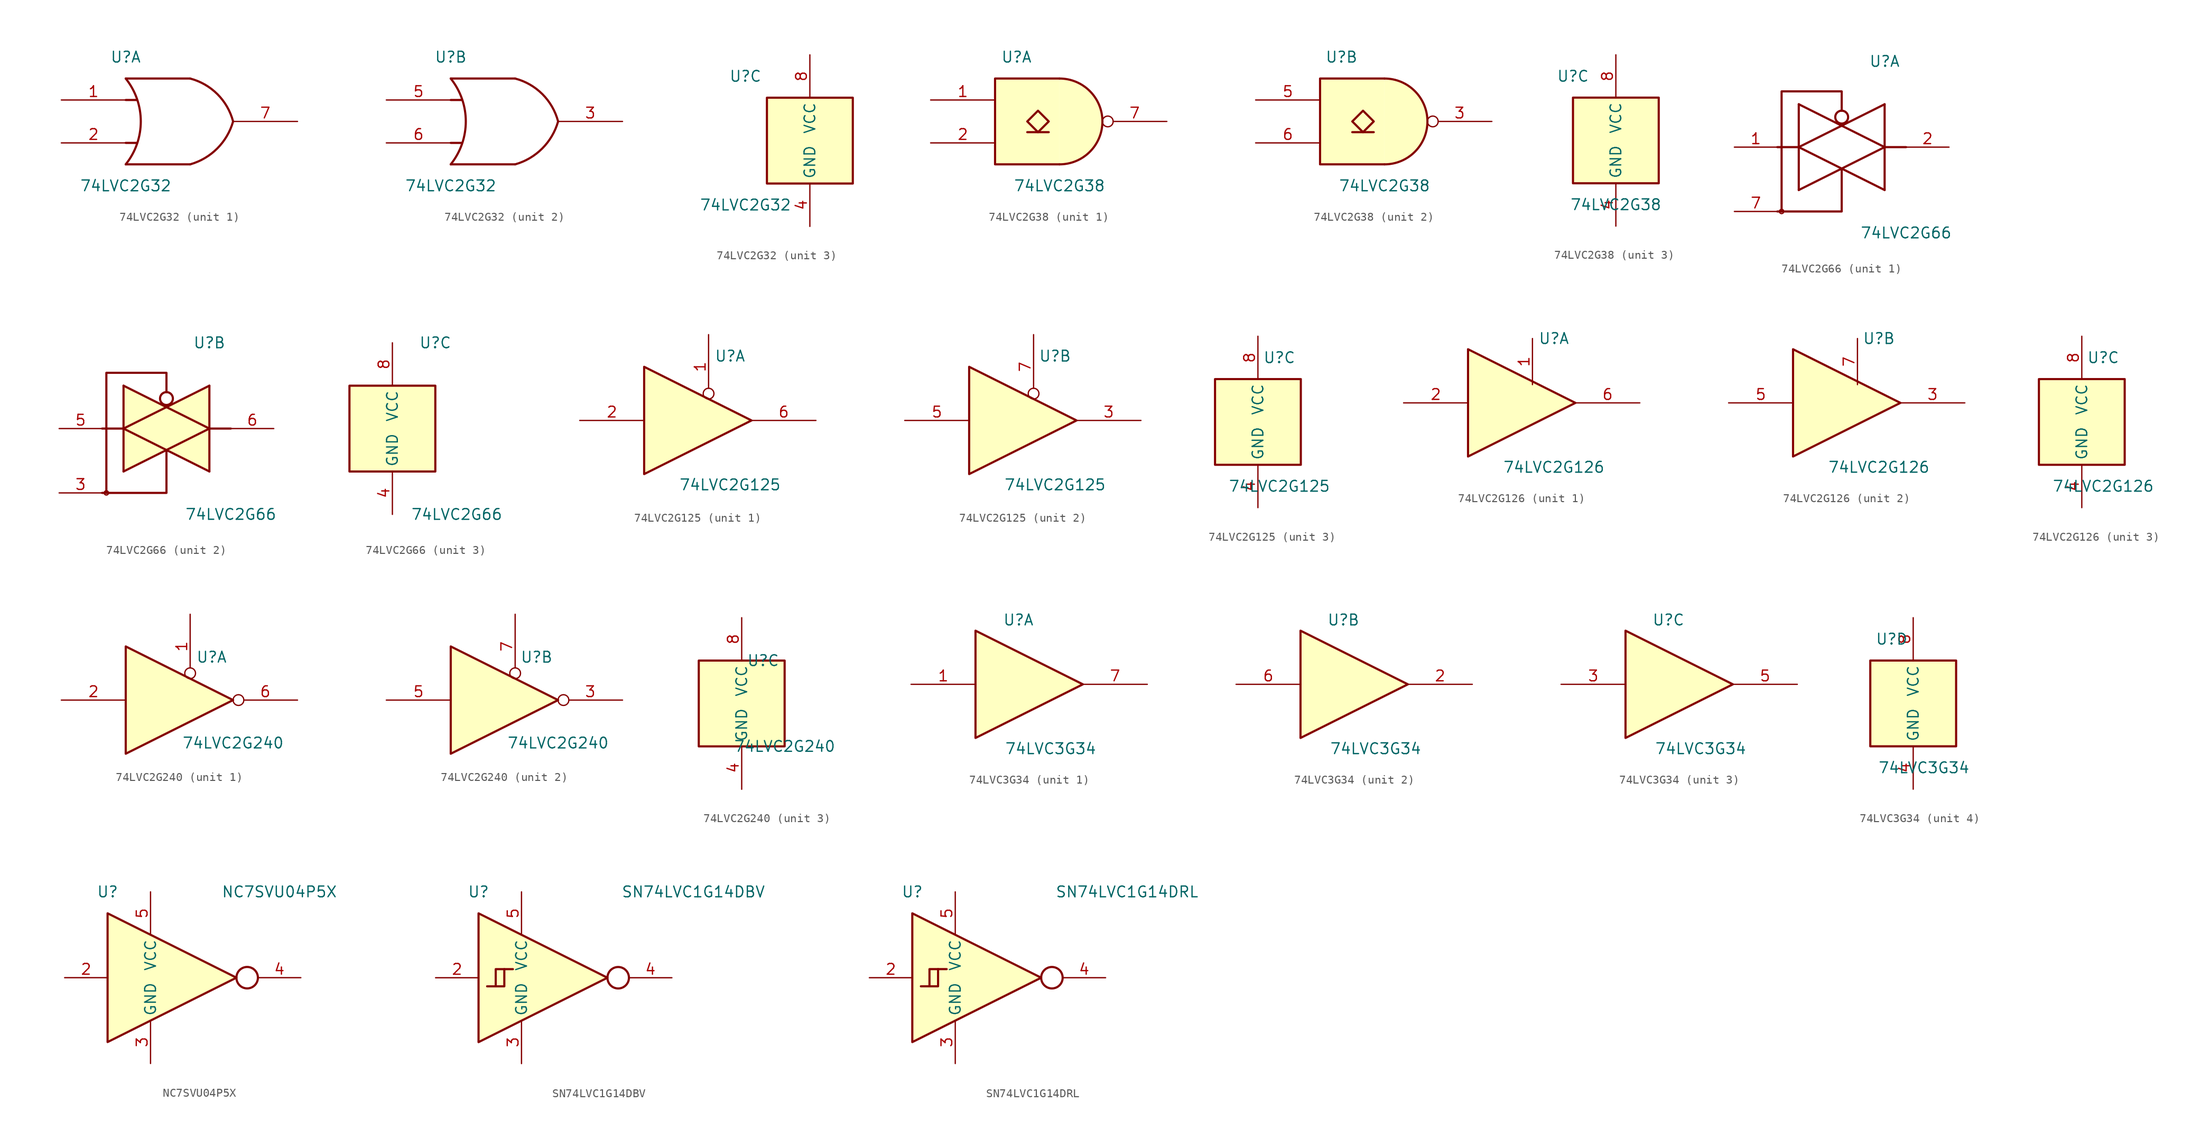
<source format=kicad_sym>
(kicad_symbol_lib
  (version 20220914)
  (generator kicad_symbol_editor)
  (symbol "74LVC2G32"
    (property "Reference" "U"
      (at -7.62 7.62 0)
      (effects (font (size 1.27 1.27))))
    (property "Value" "74LVC2G32"
      (at -7.62 -7.62 0)
      (effects (font (size 1.27 1.27))))
    (symbol "74LVC2G32_1_1"
      (arc (start -7.62 -5.08) (mid -5.838 0) (end -7.62 5.08) (stroke (width 0.254) (type default)) (fill (type none)))
      (arc (start 0 -5.08) (mid 3.1986 -3.2054) (end 5.08 0) (stroke (width 0.254) (type default)) (fill (type none)))
      (polyline (pts (xy -7.62 -2.54) (xy -6.35 -2.54)) (stroke (width 0.254) (type default)) (fill (type background)))
      (polyline (pts (xy -7.62 2.54) (xy -6.35 2.54)) (stroke (width 0.254) (type default)) (fill (type background)))
      (polyline (pts (xy 0 -5.08) (xy -7.62 -5.08)) (stroke (width 0.254) (type default)) (fill (type background)))
      (polyline (pts (xy 0 5.08) (xy -7.62 5.08)) (stroke (width 0.254) (type default)) (fill (type background)))
      (arc (start 5.08 0) (mid 3.2238 3.2304) (end 0 5.08) (stroke (width 0.254) (type default)) (fill (type none)))
      (pin input line (at -15.24 2.54 0) (length 7.62) (name "~" (effects (font (size 1.27 1.27)))) (number "1" (effects (font (size 1.27 1.27)))))
      (pin input line (at -15.24 -2.54 0) (length 7.62) (name "~" (effects (font (size 1.27 1.27)))) (number "2" (effects (font (size 1.27 1.27)))))
      (pin output line (at 12.7 0 180) (length 7.62) (name "~" (effects (font (size 1.27 1.27)))) (number "7" (effects (font (size 1.27 1.27))))))
    (symbol "74LVC2G32_2_1"
      (arc (start -7.62 -5.08) (mid -5.838 0) (end -7.62 5.08) (stroke (width 0.254) (type default)) (fill (type none)))
      (arc (start 0 -5.08) (mid 3.1986 -3.2054) (end 5.08 0) (stroke (width 0.254) (type default)) (fill (type none)))
      (polyline (pts (xy -7.62 -2.54) (xy -6.35 -2.54)) (stroke (width 0.254) (type default)) (fill (type background)))
      (polyline (pts (xy -7.62 2.54) (xy -6.35 2.54)) (stroke (width 0.254) (type default)) (fill (type background)))
      (polyline (pts (xy 0 -5.08) (xy -7.62 -5.08)) (stroke (width 0.254) (type default)) (fill (type background)))
      (polyline (pts (xy 0 5.08) (xy -7.62 5.08)) (stroke (width 0.254) (type default)) (fill (type background)))
      (arc (start 5.08 0) (mid 3.2238 3.2304) (end 0 5.08) (stroke (width 0.254) (type default)) (fill (type none)))
      (pin output line (at 12.7 0 180) (length 7.62) (name "~" (effects (font (size 1.27 1.27)))) (number "3" (effects (font (size 1.27 1.27)))))
      (pin input line (at -15.24 2.54 0) (length 7.62) (name "~" (effects (font (size 1.27 1.27)))) (number "5" (effects (font (size 1.27 1.27)))))
      (pin input line (at -15.24 -2.54 0) (length 7.62) (name "~" (effects (font (size 1.27 1.27)))) (number "6" (effects (font (size 1.27 1.27))))))
    (symbol "74LVC2G32_3_0"
      (rectangle (start -5.08 -5.08) (end 5.08 5.08) (stroke (width 0.254) (type default)) (fill (type background))))
    (symbol "74LVC2G32_3_1"
      (pin power_in line (at 0 -10.16 90) (length 5.08) (name "GND" (effects (font (size 1.27 1.27)))) (number "4" (effects (font (size 1.27 1.27)))))
      (pin power_in line (at 0 10.16 270) (length 5.08) (name "VCC" (effects (font (size 1.27 1.27)))) (number "8" (effects (font (size 1.27 1.27)))))))
  (symbol "74LVC2G38"
    (property "Reference" "U"
      (at -5.08 7.62 0)
      (effects (font (size 1.27 1.27))))
    (property "Value" "74LVC2G38"
      (at 0 -7.62 0)
      (effects (font (size 1.27 1.27))))
    (symbol "74LVC2G38_1_1"
      (arc (start 0 -5.08) (mid 5.0579 0) (end 0 5.08) (stroke (width 0.254) (type default)) (fill (type background)))
      (polyline (pts (xy -3.81 -1.27) (xy -1.27 -1.27)) (stroke (width 0.254) (type default)) (fill (type background)))
      (polyline (pts (xy 0 -5.08) (xy -7.62 -5.08) (xy -7.62 5.08) (xy 0 5.08)) (stroke (width 0.254) (type default)) (fill (type background)))
      (polyline (pts (xy -2.54 1.27) (xy -3.81 0) (xy -2.54 -1.27) (xy -1.27 0) (xy -2.54 1.27)) (stroke (width 0.254) (type default)) (fill (type background)))
      (pin input line (at -15.24 2.54 0) (length 7.62) (name "~" (effects (font (size 1.27 1.27)))) (number "1" (effects (font (size 1.27 1.27)))))
      (pin input line (at -15.24 -2.54 0) (length 7.62) (name "~" (effects (font (size 1.27 1.27)))) (number "2" (effects (font (size 1.27 1.27)))))
      (pin open_collector inverted (at 12.7 0 180) (length 7.62) (name "~" (effects (font (size 1.27 1.27)))) (number "7" (effects (font (size 1.27 1.27))))))
    (symbol "74LVC2G38_2_1"
      (arc (start 0 -5.08) (mid 5.0579 0) (end 0 5.08) (stroke (width 0.254) (type default)) (fill (type background)))
      (polyline (pts (xy -3.81 -1.27) (xy -1.27 -1.27)) (stroke (width 0.254) (type default)) (fill (type background)))
      (polyline (pts (xy 0 -5.08) (xy -7.62 -5.08) (xy -7.62 5.08) (xy 0 5.08)) (stroke (width 0.254) (type default)) (fill (type background)))
      (polyline (pts (xy -2.54 1.27) (xy -3.81 0) (xy -2.54 -1.27) (xy -1.27 0) (xy -2.54 1.27)) (stroke (width 0.254) (type default)) (fill (type background)))
      (pin open_collector inverted (at 12.7 0 180) (length 7.62) (name "~" (effects (font (size 1.27 1.27)))) (number "3" (effects (font (size 1.27 1.27)))))
      (pin input line (at -15.24 2.54 0) (length 7.62) (name "~" (effects (font (size 1.27 1.27)))) (number "5" (effects (font (size 1.27 1.27)))))
      (pin input line (at -15.24 -2.54 0) (length 7.62) (name "~" (effects (font (size 1.27 1.27)))) (number "6" (effects (font (size 1.27 1.27))))))
    (symbol "74LVC2G38_3_0"
      (rectangle (start -5.08 -5.08) (end 5.08 5.08) (stroke (width 0.254) (type default)) (fill (type background))))
    (symbol "74LVC2G38_3_1"
      (pin power_in line (at 0 -10.16 90) (length 5.08) (name "GND" (effects (font (size 1.27 1.27)))) (number "4" (effects (font (size 1.27 1.27)))))
      (pin power_in line (at 0 10.16 270) (length 5.08) (name "VCC" (effects (font (size 1.27 1.27)))) (number "8" (effects (font (size 1.27 1.27)))))))
  (symbol "74LVC2G66"
    (property "Reference" "U"
      (at 5.08 10.16 0)
      (effects (font (size 1.27 1.27))))
    (property "Value" "74LVC2G66"
      (at 7.62 -10.16 0)
      (effects (font (size 1.27 1.27))))
    (property "ki_locked" ""
      (at 0 0 0)
      (effects (font (size 1.27 1.27))))
    (symbol "74LVC2G66_1_1"
      (circle (center -7.112 -7.62) (radius 0.254) (stroke (width 0) (type default)) (fill (type none)))
      (polyline (pts (xy -7.62 0) (xy -5.08 0)) (stroke (width 0.254) (type default)) (fill (type background)))
      (polyline (pts (xy -5.08 5.08) (xy -5.08 -5.08)) (stroke (width 0.254) (type default)) (fill (type background)))
      (polyline (pts (xy 5.08 0) (xy 7.62 0)) (stroke (width 0.254) (type default)) (fill (type background)))
      (polyline (pts (xy 5.08 5.08) (xy 5.08 -5.08)) (stroke (width 0.254) (type default)) (fill (type none)))
      (polyline (pts (xy -7.62 -7.62) (xy 0 -7.62) (xy 0 -2.54)) (stroke (width 0.254) (type default)) (fill (type none)))
      (polyline (pts (xy -5.08 -5.08) (xy 5.08 0) (xy -5.08 5.08)) (stroke (width 0.254) (type default)) (fill (type none)))
      (polyline (pts (xy 5.08 5.08) (xy -5.08 0) (xy 5.08 -5.08)) (stroke (width 0.254) (type default)) (fill (type none)))
      (polyline (pts (xy 0 4.318) (xy 0 6.604) (xy -7.112 6.604) (xy -7.112 -7.62)) (stroke (width 0.254) (type default)) (fill (type none)))
      (circle (center 0 3.556) (radius 0.762) (stroke (width 0.254) (type default)) (fill (type none)))
      (pin input line (at -12.7 0 0) (length 5.08) (name "~" (effects (font (size 1.27 1.27)))) (number "1" (effects (font (size 1.27 1.27)))))
      (pin tri_state line (at 12.7 0 180) (length 5.08) (name "~" (effects (font (size 1.27 1.27)))) (number "2" (effects (font (size 1.27 1.27)))))
      (pin input line (at -12.7 -7.62 0) (length 5.08) (name "~" (effects (font (size 1.27 1.27)))) (number "7" (effects (font (size 1.27 1.27))))))
    (symbol "74LVC2G66_2_1"
      (circle (center -7.112 -7.62) (radius 0.254) (stroke (width 0) (type default)) (fill (type none)))
      (polyline (pts (xy -7.62 0) (xy -5.08 0)) (stroke (width 0.254) (type default)) (fill (type background)))
      (polyline (pts (xy -5.08 5.08) (xy -5.08 -5.08)) (stroke (width 0.254) (type default)) (fill (type background)))
      (polyline (pts (xy 5.08 0) (xy 7.62 0)) (stroke (width 0.254) (type default)) (fill (type background)))
      (polyline (pts (xy 5.08 5.08) (xy 5.08 -5.08)) (stroke (width 0.254) (type default)) (fill (type background)))
      (polyline (pts (xy -7.62 -7.62) (xy 0 -7.62) (xy 0 -2.54)) (stroke (width 0.254) (type default)) (fill (type none)))
      (polyline (pts (xy -5.08 -5.08) (xy 5.08 0) (xy -5.08 5.08)) (stroke (width 0.254) (type default)) (fill (type background)))
      (polyline (pts (xy 5.08 5.08) (xy -5.08 0) (xy 5.08 -5.08)) (stroke (width 0.254) (type default)) (fill (type background)))
      (polyline (pts (xy 0 4.318) (xy 0 6.604) (xy -7.112 6.604) (xy -7.112 -7.62)) (stroke (width 0.254) (type default)) (fill (type none)))
      (circle (center 0 3.556) (radius 0.762) (stroke (width 0.254) (type default)) (fill (type none)))
      (pin input line (at -12.7 -7.62 0) (length 5.08) (name "~" (effects (font (size 1.27 1.27)))) (number "3" (effects (font (size 1.27 1.27)))))
      (pin input line (at -12.7 0 0) (length 5.08) (name "~" (effects (font (size 1.27 1.27)))) (number "5" (effects (font (size 1.27 1.27)))))
      (pin tri_state line (at 12.7 0 180) (length 5.08) (name "~" (effects (font (size 1.27 1.27)))) (number "6" (effects (font (size 1.27 1.27))))))
    (symbol "74LVC2G66_3_1"
      (rectangle (start -5.08 5.08) (end 5.08 -5.08) (stroke (width 0.254) (type default)) (fill (type background)))
      (pin power_in line (at 0 -10.16 90) (length 5.08) (name "GND" (effects (font (size 1.27 1.27)))) (number "4" (effects (font (size 1.27 1.27)))))
      (pin power_in line (at 0 10.16 270) (length 5.08) (name "VCC" (effects (font (size 1.27 1.27)))) (number "8" (effects (font (size 1.27 1.27)))))))
  (symbol "74LVC2G125"
    (property "Reference" "U"
      (at 2.54 7.62 0)
      (effects (font (size 1.27 1.27))))
    (property "Value" "74LVC2G125"
      (at 2.54 -7.62 0)
      (effects (font (size 1.27 1.27))))
    (symbol "74LVC2G125_1_1"
      (polyline (pts (xy -7.62 6.35) (xy -7.62 -6.35) (xy 5.08 0) (xy -7.62 6.35)) (stroke (width 0.254) (type default)) (fill (type background)))
      (pin input inverted (at 0 10.16 270) (length 7.62) (name "~" (effects (font (size 1.27 1.27)))) (number "1" (effects (font (size 1.27 1.27)))))
      (pin input line (at -15.24 0 0) (length 7.62) (name "~" (effects (font (size 1.27 1.27)))) (number "2" (effects (font (size 1.27 1.27)))))
      (pin tri_state line (at 12.7 0 180) (length 7.62) (name "~" (effects (font (size 1.27 1.27)))) (number "6" (effects (font (size 1.27 1.27))))))
    (symbol "74LVC2G125_2_1"
      (polyline (pts (xy -7.62 6.35) (xy -7.62 -6.35) (xy 5.08 0) (xy -7.62 6.35)) (stroke (width 0.254) (type default)) (fill (type background)))
      (pin tri_state line (at 12.7 0 180) (length 7.62) (name "~" (effects (font (size 1.27 1.27)))) (number "3" (effects (font (size 1.27 1.27)))))
      (pin input line (at -15.24 0 0) (length 7.62) (name "~" (effects (font (size 1.27 1.27)))) (number "5" (effects (font (size 1.27 1.27)))))
      (pin input inverted (at 0 10.16 270) (length 7.62) (name "~" (effects (font (size 1.27 1.27)))) (number "7" (effects (font (size 1.27 1.27))))))
    (symbol "74LVC2G125_3_0"
      (rectangle (start -5.08 -5.08) (end 5.08 5.08) (stroke (width 0.254) (type default)) (fill (type background))))
    (symbol "74LVC2G125_3_1"
      (pin power_in line (at 0 -10.16 90) (length 5.08) (name "GND" (effects (font (size 1.27 1.27)))) (number "4" (effects (font (size 1.27 1.27)))))
      (pin power_in line (at 0 10.16 270) (length 5.08) (name "VCC" (effects (font (size 1.27 1.27)))) (number "8" (effects (font (size 1.27 1.27)))))))
  (symbol "74LVC2G126"
    (property "Reference" "U"
      (at 2.54 7.62 0)
      (effects (font (size 1.27 1.27))))
    (property "Value" "74LVC2G126"
      (at 2.54 -7.62 0)
      (effects (font (size 1.27 1.27))))
    (symbol "74LVC2G126_1_1"
      (polyline (pts (xy -7.62 6.35) (xy -7.62 -6.35) (xy 5.08 0) (xy -7.62 6.35)) (stroke (width 0.254) (type default)) (fill (type background)))
      (pin input line (at 0 7.62 270) (length 5.46) (name "~" (effects (font (size 1.27 1.27)))) (number "1" (effects (font (size 1.27 1.27)))))
      (pin input line (at -15.24 0 0) (length 7.62) (name "~" (effects (font (size 1.27 1.27)))) (number "2" (effects (font (size 1.27 1.27)))))
      (pin tri_state line (at 12.7 0 180) (length 7.62) (name "~" (effects (font (size 1.27 1.27)))) (number "6" (effects (font (size 1.27 1.27))))))
    (symbol "74LVC2G126_2_1"
      (polyline (pts (xy -7.62 6.35) (xy -7.62 -6.35) (xy 5.08 0) (xy -7.62 6.35)) (stroke (width 0.254) (type default)) (fill (type background)))
      (pin tri_state line (at 12.7 0 180) (length 7.62) (name "~" (effects (font (size 1.27 1.27)))) (number "3" (effects (font (size 1.27 1.27)))))
      (pin input line (at -15.24 0 0) (length 7.62) (name "~" (effects (font (size 1.27 1.27)))) (number "5" (effects (font (size 1.27 1.27)))))
      (pin input line (at 0 7.62 270) (length 5.46) (name "~" (effects (font (size 1.27 1.27)))) (number "7" (effects (font (size 1.27 1.27))))))
    (symbol "74LVC2G126_3_0"
      (rectangle (start -5.08 -5.08) (end 5.08 5.08) (stroke (width 0.254) (type default)) (fill (type background))))
    (symbol "74LVC2G126_3_1"
      (pin power_in line (at 0 -10.16 90) (length 5.08) (name "GND" (effects (font (size 1.27 1.27)))) (number "4" (effects (font (size 1.27 1.27)))))
      (pin power_in line (at 0 10.16 270) (length 5.08) (name "VCC" (effects (font (size 1.27 1.27)))) (number "8" (effects (font (size 1.27 1.27)))))))
  (symbol "74LVC2G240"
    (property "Reference" "U"
      (at 2.54 5.08 0)
      (effects (font (size 1.27 1.27))))
    (property "Value" "74LVC2G240"
      (at 5.08 -5.08 0)
      (effects (font (size 1.27 1.27))))
    (symbol "74LVC2G240_1_1"
      (polyline (pts (xy -7.62 6.35) (xy -7.62 -6.35) (xy 5.08 0) (xy -7.62 6.35)) (stroke (width 0.254) (type default)) (fill (type background)))
      (pin input inverted (at 0 10.16 270) (length 7.62) (name "~" (effects (font (size 1.27 1.27)))) (number "1" (effects (font (size 1.27 1.27)))))
      (pin input line (at -15.24 0 0) (length 7.62) (name "~" (effects (font (size 1.27 1.27)))) (number "2" (effects (font (size 1.27 1.27)))))
      (pin tri_state inverted (at 12.7 0 180) (length 7.62) (name "~" (effects (font (size 1.27 1.27)))) (number "6" (effects (font (size 1.27 1.27))))))
    (symbol "74LVC2G240_2_1"
      (polyline (pts (xy -7.62 6.35) (xy -7.62 -6.35) (xy 5.08 0) (xy -7.62 6.35)) (stroke (width 0.254) (type default)) (fill (type background)))
      (pin tri_state inverted (at 12.7 0 180) (length 7.62) (name "~" (effects (font (size 1.27 1.27)))) (number "3" (effects (font (size 1.27 1.27)))))
      (pin input line (at -15.24 0 0) (length 7.62) (name "~" (effects (font (size 1.27 1.27)))) (number "5" (effects (font (size 1.27 1.27)))))
      (pin input inverted (at 0 10.16 270) (length 7.62) (name "~" (effects (font (size 1.27 1.27)))) (number "7" (effects (font (size 1.27 1.27))))))
    (symbol "74LVC2G240_3_0"
      (rectangle (start -5.08 -5.08) (end 5.08 5.08) (stroke (width 0.254) (type default)) (fill (type background))))
    (symbol "74LVC2G240_3_1"
      (pin power_in line (at 0 -10.16 90) (length 5.08) (name "GND" (effects (font (size 1.27 1.27)))) (number "4" (effects (font (size 1.27 1.27)))))
      (pin power_in line (at 0 10.16 270) (length 5.08) (name "VCC" (effects (font (size 1.27 1.27)))) (number "8" (effects (font (size 1.27 1.27)))))))
  (symbol "74LVC3G34"
    (property "Reference" "U"
      (at -2.54 7.62 0)
      (effects (font (size 1.27 1.27))))
    (property "Value" "74LVC3G34"
      (at 1.27 -7.62 0)
      (effects (font (size 1.27 1.27))))
    (symbol "74LVC3G34_1_1"
      (polyline (pts (xy -7.62 6.35) (xy -7.62 -6.35) (xy 5.08 0) (xy -7.62 6.35)) (stroke (width 0.254) (type default)) (fill (type background)))
      (pin input line (at -15.24 0 0) (length 7.62) (name "~" (effects (font (size 1.27 1.27)))) (number "1" (effects (font (size 1.27 1.27)))))
      (pin output line (at 12.7 0 180) (length 7.62) (name "~" (effects (font (size 1.27 1.27)))) (number "7" (effects (font (size 1.27 1.27))))))
    (symbol "74LVC3G34_2_1"
      (polyline (pts (xy -7.62 6.35) (xy -7.62 -6.35) (xy 5.08 0) (xy -7.62 6.35)) (stroke (width 0.254) (type default)) (fill (type background)))
      (pin output line (at 12.7 0 180) (length 7.62) (name "~" (effects (font (size 1.27 1.27)))) (number "2" (effects (font (size 1.27 1.27)))))
      (pin input line (at -15.24 0 0) (length 7.62) (name "~" (effects (font (size 1.27 1.27)))) (number "6" (effects (font (size 1.27 1.27))))))
    (symbol "74LVC3G34_3_1"
      (polyline (pts (xy -7.62 6.35) (xy -7.62 -6.35) (xy 5.08 0) (xy -7.62 6.35)) (stroke (width 0.254) (type default)) (fill (type background)))
      (pin input line (at -15.24 0 0) (length 7.62) (name "~" (effects (font (size 1.27 1.27)))) (number "3" (effects (font (size 1.27 1.27)))))
      (pin output line (at 12.7 0 180) (length 7.62) (name "~" (effects (font (size 1.27 1.27)))) (number "5" (effects (font (size 1.27 1.27))))))
    (symbol "74LVC3G34_4_0"
      (rectangle (start -5.08 -5.08) (end 5.08 5.08) (stroke (width 0.254) (type default)) (fill (type background))))
    (symbol "74LVC3G34_4_1"
      (pin power_in line (at 0 -10.16 90) (length 5.08) (name "GND" (effects (font (size 1.27 1.27)))) (number "4" (effects (font (size 1.27 1.27)))))
      (pin power_in line (at 0 10.16 270) (length 5.08) (name "VCC" (effects (font (size 1.27 1.27)))) (number "8" (effects (font (size 1.27 1.27)))))))
  (symbol "NC7SVU04P5X"
    (property "Reference" "U"
      (at -5.08 10.16 0)
      (effects (font (size 1.27 1.27))))
    (property "Value" "NC7SVU04P5X"
      (at 15.24 10.16 0)
      (effects (font (size 1.27 1.27))))
    (symbol "NC7SVU04P5X_0_1"
      (polyline (pts (xy -5.08 7.62) (xy -5.08 -7.62) (xy 10.16 0) (xy -5.08 7.62)) (stroke (width 0.254) (type default)) (fill (type background)))
      (circle (center 11.43 0) (radius 1.27) (stroke (width 0.254) (type default)) (fill (type none))))
    (symbol "NC7SVU04P5X_1_1"
      (pin no_connect line (at 10.16 0 180) (length 5.08) hide (name "NC" (effects (font (size 1.27 1.27)))) (number "1" (effects (font (size 1.27 1.27)))))
      (pin input line (at -10.16 0 0) (length 5.08) (name "~" (effects (font (size 1.27 1.27)))) (number "2" (effects (font (size 1.27 1.27)))))
      (pin power_in line (at 0 -10.16 90) (length 5.08) (name "GND" (effects (font (size 1.27 1.27)))) (number "3" (effects (font (size 1.27 1.27)))))
      (pin output line (at 17.78 0 180) (length 5.08) (name "~" (effects (font (size 1.27 1.27)))) (number "4" (effects (font (size 1.27 1.27)))))
      (pin power_in line (at 0 10.16 270) (length 5.08) (name "VCC" (effects (font (size 1.27 1.27)))) (number "5" (effects (font (size 1.27 1.27)))))))
  (symbol "SN74LVC1G14DBV"
    (property "Reference" "U"
      (at -5.08 10.16 0)
      (effects (font (size 1.27 1.27))))
    (property "Value" "SN74LVC1G14DBV"
      (at 20.32 10.16 0)
      (effects (font (size 1.27 1.27))))
    (symbol "SN74LVC1G14DBV_0_1"
      (polyline (pts (xy -2.032 1.016) (xy -1.016 1.016)) (stroke (width 0.254) (type default)) (fill (type background)))
      (polyline (pts (xy -5.08 7.62) (xy -5.08 -7.62) (xy 10.16 0) (xy -5.08 7.62)) (stroke (width 0.254) (type default)) (fill (type background)))
      (polyline (pts (xy -3.048 -1.016) (xy -3.048 1.016) (xy -2.032 1.016) (xy -2.032 -1.016) (xy -4.064 -1.016)) (stroke (width 0.254) (type default)) (fill (type background)))
      (circle (center 11.43 0) (radius 1.27) (stroke (width 0.254) (type default)) (fill (type none))))
    (symbol "SN74LVC1G14DBV_1_1"
      (pin no_connect line (at 10.16 0 180) (length 5.08) hide (name "NC" (effects (font (size 1.27 1.27)))) (number "1" (effects (font (size 1.27 1.27)))))
      (pin input line (at -10.16 0 0) (length 5.08) (name "~" (effects (font (size 1.27 1.27)))) (number "2" (effects (font (size 1.27 1.27)))))
      (pin power_in line (at 0 -10.16 90) (length 5.08) (name "GND" (effects (font (size 1.27 1.27)))) (number "3" (effects (font (size 1.27 1.27)))))
      (pin output line (at 17.78 0 180) (length 5.08) (name "~" (effects (font (size 1.27 1.27)))) (number "4" (effects (font (size 1.27 1.27)))))
      (pin power_in line (at 0 10.16 270) (length 5.08) (name "VCC" (effects (font (size 1.27 1.27)))) (number "5" (effects (font (size 1.27 1.27)))))))
  (symbol "SN74LVC1G14DRL"
    (property "Reference" "U"
      (at -5.08 10.16 0)
      (effects (font (size 1.27 1.27))))
    (property "Value" "SN74LVC1G14DRL"
      (at 20.32 10.16 0)
      (effects (font (size 1.27 1.27))))
    (symbol "SN74LVC1G14DRL_0_1"
      (polyline (pts (xy -2.032 1.016) (xy -1.016 1.016)) (stroke (width 0.254) (type default)) (fill (type background)))
      (polyline (pts (xy -5.08 7.62) (xy -5.08 -7.62) (xy 10.16 0) (xy -5.08 7.62)) (stroke (width 0.254) (type default)) (fill (type background)))
      (polyline (pts (xy -3.048 -1.016) (xy -3.048 1.016) (xy -2.032 1.016) (xy -2.032 -1.016) (xy -4.064 -1.016)) (stroke (width 0.254) (type default)) (fill (type background)))
      (circle (center 11.43 0) (radius 1.27) (stroke (width 0.254) (type default)) (fill (type none))))
    (symbol "SN74LVC1G14DRL_1_1"
      (pin no_connect line (at 10.16 0 180) (length 5.08) hide (name "NC" (effects (font (size 1.27 1.27)))) (number "1" (effects (font (size 1.27 1.27)))))
      (pin input line (at -10.16 0 0) (length 5.08) (name "~" (effects (font (size 1.27 1.27)))) (number "2" (effects (font (size 1.27 1.27)))))
      (pin power_in line (at 0 -10.16 90) (length 5.08) (name "GND" (effects (font (size 1.27 1.27)))) (number "3" (effects (font (size 1.27 1.27)))))
      (pin output line (at 17.78 0 180) (length 5.08) (name "~" (effects (font (size 1.27 1.27)))) (number "4" (effects (font (size 1.27 1.27)))))
      (pin power_in line (at 0 10.16 270) (length 5.08) (name "VCC" (effects (font (size 1.27 1.27)))) (number "5" (effects (font (size 1.27 1.27))))))))
</source>
